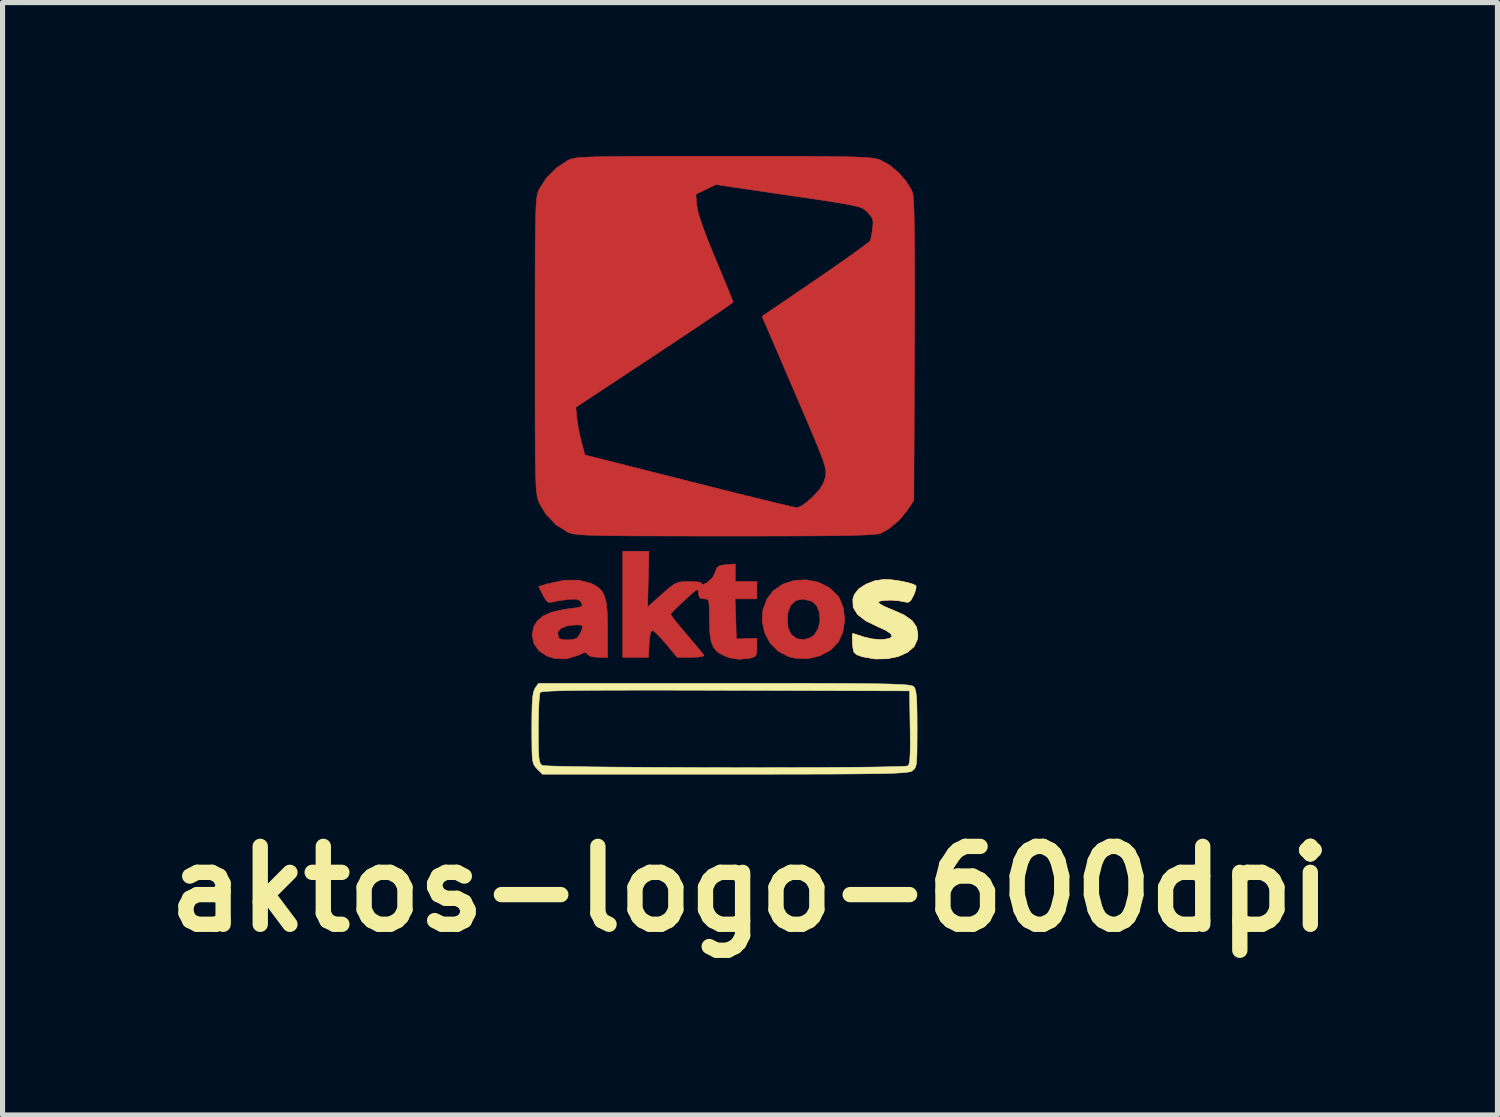
<source format=kicad_pcb>
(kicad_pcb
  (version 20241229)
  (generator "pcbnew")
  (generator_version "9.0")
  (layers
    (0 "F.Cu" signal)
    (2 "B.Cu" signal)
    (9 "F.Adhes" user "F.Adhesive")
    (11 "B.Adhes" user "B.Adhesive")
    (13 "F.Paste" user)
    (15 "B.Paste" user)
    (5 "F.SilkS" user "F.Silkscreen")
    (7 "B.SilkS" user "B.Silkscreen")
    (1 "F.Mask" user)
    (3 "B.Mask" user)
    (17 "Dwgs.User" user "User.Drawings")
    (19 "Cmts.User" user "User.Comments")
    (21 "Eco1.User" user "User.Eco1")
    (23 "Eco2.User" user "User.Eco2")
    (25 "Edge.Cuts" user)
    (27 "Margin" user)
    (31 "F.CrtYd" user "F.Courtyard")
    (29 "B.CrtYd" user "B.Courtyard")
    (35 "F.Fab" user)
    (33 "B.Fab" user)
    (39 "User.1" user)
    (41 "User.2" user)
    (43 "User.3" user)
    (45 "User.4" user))
  (footprint "aktos-logo-600dpi"
    (layer "F.Cu")
    (at 11.319 4.338)
    (property "Reference" "aktos-logo-600dpi" (at 0.3 10 0) (layer "F.SilkS") (effects (font (size 1.524 1.524) (thickness 0.3))))
    (attr through_hole)
    (fp_poly (pts (xy 1.636 3.999) (xy 1.847 4.103) (xy 2.015 4.262) (xy 2.049 4.313) (xy 2.128 4.511) (xy 2.15 4.74) (xy 2.118 4.968) (xy 2.034 5.161) (xy 1.878 5.325) (xy 1.669 5.438) (xy 1.431 5.494) (xy 1.181 5.486) (xy 1.057 5.456) (xy 0.849 5.348) (xy 0.69 5.186) (xy 0.585 4.986) (xy 0.546 4.805) (xy 1.032 4.805) (xy 1.044 4.888) (xy 1.106 5.022) (xy 1.215 5.103) (xy 1.349 5.124) (xy 1.488 5.08) (xy 1.559 5.025) (xy 1.636 4.9) (xy 1.668 4.746) (xy 1.656 4.589) (xy 1.601 4.456) (xy 1.509 4.372) (xy 1.338 4.328) (xy 1.198 4.357) (xy 1.095 4.451) (xy 1.038 4.603) (xy 1.032 4.805) (xy 0.546 4.805) (xy 0.537 4.764) (xy 0.552 4.538) (xy 0.632 4.325) (xy 0.748 4.172) (xy 0.939 4.037) (xy 1.164 3.964) (xy 1.402 3.952) (xy 1.636 3.999)) (stroke (width 0.01) (type solid)) (fill yes) (layer "F.Cu"))
    (fp_poly (pts (xy 3.071 3.952) (xy 3.228 3.975) (xy 3.377 4.005) (xy 3.492 4.039) (xy 3.547 4.071) (xy 3.544 4.129) (xy 3.511 4.228) (xy 3.496 4.261) (xy 3.442 4.358) (xy 3.39 4.393) (xy 3.317 4.382) (xy 3.315 4.382) (xy 3.196 4.359) (xy 3.058 4.349) (xy 2.929 4.353) (xy 2.837 4.369) (xy 2.809 4.388) (xy 2.836 4.422) (xy 2.925 4.473) (xy 3.058 4.529) (xy 3.077 4.536) (xy 3.313 4.64) (xy 3.471 4.752) (xy 3.559 4.88) (xy 3.583 5.033) (xy 3.574 5.117) (xy 3.51 5.257) (xy 3.38 5.37) (xy 3.199 5.452) (xy 2.982 5.496) (xy 2.746 5.5) (xy 2.506 5.458) (xy 2.488 5.453) (xy 2.385 5.416) (xy 2.334 5.37) (xy 2.313 5.286) (xy 2.306 5.202) (xy 2.301 5.085) (xy 2.304 5.013) (xy 2.309 5.002) (xy 2.355 5.014) (xy 2.454 5.046) (xy 2.519 5.068) (xy 2.682 5.107) (xy 2.852 5.122) (xy 2.897 5.121) (xy 3.029 5.099) (xy 3.08 5.058) (xy 3.05 5.002) (xy 2.942 4.932) (xy 2.813 4.875) (xy 2.567 4.756) (xy 2.402 4.629) (xy 2.318 4.49) (xy 2.311 4.335) (xy 2.339 4.242) (xy 2.424 4.132) (xy 2.568 4.037) (xy 2.744 3.97) (xy 2.927 3.944) (xy 2.93 3.944) (xy 3.071 3.952)) (stroke (width 0.01) (type solid)) (fill yes) (layer "F.Cu"))
    (fp_poly (pts (xy -2.809 4.021) (xy -2.692 4.083) (xy -2.606 4.159) (xy -2.548 4.262) (xy -2.511 4.405) (xy -2.492 4.603) (xy -2.486 4.869) (xy -2.486 4.937) (xy -2.486 5.468) (xy -2.672 5.468) (xy -2.813 5.453) (xy -2.88 5.411) (xy -2.881 5.407) (xy -2.908 5.375) (xy -2.965 5.383) (xy -3.064 5.429) (xy -3.292 5.499) (xy -3.532 5.488) (xy -3.673 5.443) (xy -3.83 5.339) (xy -3.929 5.195) (xy -3.963 5.028) (xy -3.956 4.994) (xy -3.46 4.994) (xy -3.446 5.075) (xy -3.431 5.101) (xy -3.367 5.122) (xy -3.26 5.127) (xy -3.152 5.116) (xy -3.092 5.096) (xy -3.041 5.035) (xy -2.998 4.948) (xy -2.974 4.87) (xy -2.997 4.839) (xy -3.084 4.833) (xy -3.098 4.833) (xy -3.268 4.85) (xy -3.392 4.897) (xy -3.455 4.967) (xy -3.46 4.994) (xy -3.956 4.994) (xy -3.928 4.861) (xy -3.864 4.759) (xy -3.75 4.66) (xy -3.588 4.587) (xy -3.364 4.535) (xy -3.197 4.511) (xy -3.062 4.493) (xy -2.996 4.473) (xy -2.982 4.442) (xy -3 4.399) (xy -3.039 4.35) (xy -3.102 4.33) (xy -3.216 4.333) (xy -3.263 4.337) (xy -3.408 4.356) (xy -3.532 4.378) (xy -3.573 4.389) (xy -3.638 4.394) (xy -3.691 4.352) (xy -3.751 4.25) (xy -3.836 4.083) (xy -3.659 4.029) (xy -3.333 3.96) (xy -3.045 3.959) (xy -2.809 4.021)) (stroke (width 0.01) (type solid)) (fill yes) (layer "F.Cu"))
    (fp_poly (pts (xy -1.69 3.938) (xy -1.703 4.482) (xy -1.424 4.234) (xy -1.289 4.115) (xy -1.192 4.042) (xy -1.11 4.004) (xy -1.019 3.989) (xy -0.895 3.986) (xy -0.882 3.986) (xy -0.726 3.992) (xy -0.651 4.011) (xy -0.647 4.032) (xy -0.634 4.046) (xy -0.568 4.022) (xy -0.55 4.013) (xy -0.431 3.906) (xy -0.385 3.809) (xy -0.351 3.718) (xy -0.296 3.675) (xy -0.19 3.657) (xy -0.167 3.655) (xy 0.012 3.642) (xy 0.012 3.986) (xy 0.435 3.986) (xy 0.435 4.325) (xy 0.008 4.325) (xy 0.021 4.716) (xy 0.033 5.108) (xy 0.435 5.094) (xy 0.435 5.276) (xy 0.43 5.391) (xy 0.402 5.449) (xy 0.336 5.477) (xy 0.303 5.484) (xy 0.091 5.507) (xy -0.093 5.48) (xy -0.226 5.429) (xy -0.337 5.364) (xy -0.414 5.276) (xy -0.463 5.15) (xy -0.488 4.973) (xy -0.496 4.727) (xy -0.496 4.699) (xy -0.497 4.521) (xy -0.503 4.41) (xy -0.518 4.352) (xy -0.548 4.329) (xy -0.596 4.325) (xy -0.602 4.325) (xy -0.681 4.309) (xy -0.707 4.244) (xy -0.708 4.212) (xy -0.711 4.161) (xy -0.73 4.145) (xy -0.775 4.169) (xy -0.859 4.24) (xy -0.978 4.349) (xy -1.1 4.465) (xy -1.195 4.558) (xy -1.247 4.615) (xy -1.253 4.624) (xy -1.229 4.664) (xy -1.161 4.754) (xy -1.058 4.88) (xy -0.942 5.017) (xy -0.815 5.167) (xy -0.707 5.296) (xy -0.631 5.387) (xy -0.601 5.427) (xy -0.625 5.449) (xy -0.722 5.464) (xy -0.85 5.468) (xy -1.124 5.468) (xy -1.345 5.203) (xy -1.453 5.08) (xy -1.545 4.988) (xy -1.605 4.941) (xy -1.613 4.939) (xy -1.642 4.978) (xy -1.664 5.087) (xy -1.673 5.203) (xy -1.686 5.468) (xy -2.19 5.468) (xy -2.19 3.393) (xy -1.677 3.393) (xy -1.69 3.938)) (stroke (width 0.01) (type solid)) (fill yes) (layer "F.Cu"))
    (fp_poly (pts (xy 0.346 -4.332) (xy 0.835 -4.332) (xy 1.251 -4.331) (xy 1.602 -4.329) (xy 1.894 -4.327) (xy 2.132 -4.323) (xy 2.324 -4.319) (xy 2.475 -4.313) (xy 2.593 -4.306) (xy 2.682 -4.297) (xy 2.751 -4.286) (xy 2.804 -4.274) (xy 2.848 -4.259) (xy 2.855 -4.256) (xy 3.028 -4.16) (xy 3.202 -4.014) (xy 3.353 -3.843) (xy 3.458 -3.671) (xy 3.482 -3.608) (xy 3.492 -3.542) (xy 3.501 -3.419) (xy 3.508 -3.235) (xy 3.513 -2.987) (xy 3.517 -2.672) (xy 3.519 -2.286) (xy 3.52 -1.827) (xy 3.52 -1.29) (xy 3.518 -0.672) (xy 3.517 -0.522) (xy 3.504 2.398) (xy 3.392 2.571) (xy 3.221 2.782) (xy 3.019 2.952) (xy 2.86 3.04) (xy 2.818 3.051) (xy 2.747 3.061) (xy 2.643 3.07) (xy 2.499 3.077) (xy 2.309 3.083) (xy 2.069 3.087) (xy 1.773 3.091) (xy 1.415 3.093) (xy 0.99 3.095) (xy 0.492 3.096) (xy -0.084 3.096) (xy -0.188 3.096) (xy -0.758 3.096) (xy -1.249 3.095) (xy -1.667 3.094) (xy -2.02 3.093) (xy -2.313 3.09) (xy -2.553 3.087) (xy -2.745 3.082) (xy -2.897 3.077) (xy -3.013 3.07) (xy -3.101 3.061) (xy -3.167 3.051) (xy -3.216 3.038) (xy -3.256 3.024) (xy -3.27 3.018) (xy -3.496 2.874) (xy -3.691 2.669) (xy -3.816 2.462) (xy -3.833 2.423) (xy -3.848 2.382) (xy -3.86 2.333) (xy -3.871 2.268) (xy -3.88 2.183) (xy -3.887 2.07) (xy -3.892 1.923) (xy -3.897 1.736) (xy -3.9 1.504) (xy -3.902 1.218) (xy -3.903 0.873) (xy -3.904 0.578) (xy -3.107 0.578) (xy -3.086 0.79) (xy -3.063 0.954) (xy -3.025 1.146) (xy -2.998 1.256) (xy -2.93 1.51) (xy -0.898 2.024) (xy -0.495 2.126) (xy -0.116 2.221) (xy 0.233 2.308) (xy 0.542 2.384) (xy 0.802 2.447) (xy 1.007 2.496) (xy 1.147 2.528) (xy 1.215 2.542) (xy 1.218 2.542) (xy 1.29 2.515) (xy 1.397 2.443) (xy 1.516 2.34) (xy 1.518 2.338) (xy 1.654 2.192) (xy 1.735 2.065) (xy 1.772 1.948) (xy 1.781 1.898) (xy 1.784 1.847) (xy 1.777 1.787) (xy 1.758 1.708) (xy 1.724 1.604) (xy 1.672 1.465) (xy 1.599 1.284) (xy 1.502 1.052) (xy 1.379 0.761) (xy 1.225 0.403) (xy 1.173 0.282) (xy 0.535 -1.201) (xy 1.584 -1.916) (xy 1.848 -2.097) (xy 2.089 -2.265) (xy 2.299 -2.413) (xy 2.467 -2.535) (xy 2.586 -2.625) (xy 2.646 -2.675) (xy 2.652 -2.682) (xy 2.67 -2.754) (xy 2.691 -2.872) (xy 2.698 -2.92) (xy 2.708 -3.046) (xy 2.684 -3.133) (xy 2.612 -3.223) (xy 2.604 -3.232) (xy 2.569 -3.266) (xy 2.532 -3.295) (xy 2.484 -3.321) (xy 2.415 -3.345) (xy 2.316 -3.369) (xy 2.179 -3.396) (xy 1.995 -3.427) (xy 1.753 -3.465) (xy 1.447 -3.511) (xy 1.065 -3.567) (xy 1.056 -3.568) (xy -0.37 -3.778) (xy -0.565 -3.683) (xy -0.76 -3.588) (xy -0.741 -3.367) (xy -0.712 -3.223) (xy -0.643 -3.007) (xy -0.536 -2.718) (xy -0.389 -2.356) (xy -0.376 -2.325) (xy -0.273 -2.08) (xy -0.183 -1.861) (xy -0.109 -1.681) (xy -0.058 -1.552) (xy -0.033 -1.485) (xy -0.031 -1.479) (xy -0.065 -1.451) (xy -0.163 -1.382) (xy -0.317 -1.275) (xy -0.521 -1.137) (xy -0.766 -0.972) (xy -1.046 -0.785) (xy -1.354 -0.58) (xy -1.569 -0.438) (xy -3.107 0.578) (xy -3.904 0.578) (xy -3.904 0.464) (xy -3.904 -0.017) (xy -3.904 -0.576) (xy -3.904 -0.628) (xy -3.904 -1.195) (xy -3.904 -1.683) (xy -3.903 -2.099) (xy -3.902 -2.449) (xy -3.899 -2.74) (xy -3.896 -2.977) (xy -3.892 -3.167) (xy -3.887 -3.316) (xy -3.88 -3.431) (xy -3.871 -3.517) (xy -3.861 -3.581) (xy -3.849 -3.629) (xy -3.834 -3.668) (xy -3.821 -3.696) (xy -3.678 -3.911) (xy -3.483 -4.106) (xy -3.268 -4.249) (xy -3.268 -4.249) (xy -3.232 -4.266) (xy -3.192 -4.28) (xy -3.141 -4.292) (xy -3.073 -4.302) (xy -2.982 -4.31) (xy -2.861 -4.316) (xy -2.704 -4.322) (xy -2.505 -4.326) (xy -2.257 -4.328) (xy -1.954 -4.33) (xy -1.591 -4.332) (xy -1.16 -4.332) (xy -0.655 -4.332) (xy -0.221 -4.332) (xy 0.346 -4.332)) (stroke (width 0.01) (type solid)) (fill yes) (layer "F.Cu"))
    (fp_poly (pts (xy 3.071 3.952) (xy 3.228 3.975) (xy 3.377 4.005) (xy 3.492 4.039) (xy 3.547 4.071) (xy 3.544 4.129) (xy 3.511 4.228) (xy 3.496 4.261) (xy 3.442 4.358) (xy 3.39 4.393) (xy 3.317 4.382) (xy 3.315 4.382) (xy 3.196 4.359) (xy 3.058 4.349) (xy 2.929 4.353) (xy 2.837 4.369) (xy 2.809 4.388) (xy 2.836 4.422) (xy 2.925 4.473) (xy 3.058 4.529) (xy 3.077 4.536) (xy 3.313 4.64) (xy 3.471 4.752) (xy 3.559 4.88) (xy 3.583 5.033) (xy 3.574 5.117) (xy 3.51 5.257) (xy 3.38 5.37) (xy 3.199 5.452) (xy 2.982 5.496) (xy 2.746 5.5) (xy 2.506 5.458) (xy 2.488 5.453) (xy 2.385 5.416) (xy 2.334 5.37) (xy 2.313 5.286) (xy 2.306 5.202) (xy 2.301 5.085) (xy 2.304 5.013) (xy 2.309 5.002) (xy 2.355 5.014) (xy 2.454 5.046) (xy 2.519 5.068) (xy 2.682 5.107) (xy 2.852 5.122) (xy 2.897 5.121) (xy 3.029 5.099) (xy 3.08 5.058) (xy 3.05 5.002) (xy 2.942 4.932) (xy 2.813 4.875) (xy 2.567 4.756) (xy 2.402 4.629) (xy 2.318 4.49) (xy 2.311 4.335) (xy 2.339 4.242) (xy 2.424 4.132) (xy 2.568 4.037) (xy 2.744 3.97) (xy 2.927 3.944) (xy 2.93 3.944) (xy 3.071 3.952)) (stroke (width 0.01) (type solid)) (fill yes) (layer "F.SilkS"))
    (fp_poly (pts (xy 0.443 5.976) (xy 1.007 5.976) (xy 1.498 5.977) (xy 1.919 5.978) (xy 2.276 5.98) (xy 2.576 5.983) (xy 2.822 5.986) (xy 3.02 5.99) (xy 3.176 5.996) (xy 3.294 6.002) (xy 3.38 6.009) (xy 3.439 6.018) (xy 3.477 6.028) (xy 3.498 6.039) (xy 3.501 6.042) (xy 3.526 6.079) (xy 3.543 6.142) (xy 3.556 6.242) (xy 3.563 6.393) (xy 3.567 6.604) (xy 3.568 6.865) (xy 3.567 7.136) (xy 3.565 7.334) (xy 3.56 7.473) (xy 3.55 7.565) (xy 3.533 7.622) (xy 3.51 7.658) (xy 3.477 7.685) (xy 3.474 7.688) (xy 3.45 7.7) (xy 3.41 7.71) (xy 3.349 7.719) (xy 3.262 7.726) (xy 3.144 7.733) (xy 2.988 7.738) (xy 2.79 7.743) (xy 2.545 7.746) (xy 2.246 7.749) (xy 1.889 7.751) (xy 1.469 7.752) (xy 0.98 7.753) (xy 0.416 7.754) (xy -0.19 7.754) (xy -3.76 7.754) (xy -3.864 7.65) (xy -3.902 7.608) (xy -3.93 7.564) (xy -3.948 7.503) (xy -3.96 7.41) (xy -3.965 7.273) (xy -3.967 7.077) (xy -3.968 6.873) (xy -3.84 6.873) (xy -3.839 7.127) (xy -3.836 7.31) (xy -3.828 7.433) (xy -3.815 7.511) (xy -3.795 7.556) (xy -3.767 7.581) (xy -3.767 7.581) (xy -3.713 7.588) (xy -3.583 7.594) (xy -3.384 7.6) (xy -3.123 7.605) (xy -2.808 7.61) (xy -2.447 7.614) (xy -2.047 7.617) (xy -1.616 7.62) (xy -1.162 7.622) (xy -0.692 7.624) (xy -0.214 7.625) (xy 0.265 7.626) (xy 0.736 7.625) (xy 1.192 7.624) (xy 1.626 7.623) (xy 2.029 7.62) (xy 2.395 7.618) (xy 2.715 7.614) (xy 2.982 7.609) (xy 3.188 7.604) (xy 3.325 7.599) (xy 3.387 7.592) (xy 3.389 7.591) (xy 3.41 7.556) (xy 3.424 7.476) (xy 3.432 7.341) (xy 3.434 7.142) (xy 3.432 6.869) (xy 3.431 6.84) (xy 3.42 6.124) (xy -0.176 6.113) (xy -0.836 6.111) (xy -1.416 6.11) (xy -1.92 6.11) (xy -2.353 6.111) (xy -2.72 6.112) (xy -3.024 6.115) (xy -3.271 6.118) (xy -3.465 6.123) (xy -3.611 6.129) (xy -3.713 6.136) (xy -3.776 6.144) (xy -3.804 6.153) (xy -3.806 6.155) (xy -3.817 6.214) (xy -3.827 6.342) (xy -3.835 6.523) (xy -3.839 6.74) (xy -3.84 6.873) (xy -3.968 6.873) (xy -3.968 6.855) (xy -3.966 6.583) (xy -3.961 6.383) (xy -3.951 6.242) (xy -3.935 6.147) (xy -3.912 6.086) (xy -3.902 6.07) (xy -3.836 5.976) (xy -0.201 5.976) (xy 0.443 5.976)) (stroke (width 0.01) (type solid)) (fill yes) (layer "F.SilkS")))
  (gr_rect
    (start -3 -3)
    (end 26.237 18.756)
    (stroke (width 0.1) (type default))
    (fill no)
    (layer "Edge.Cuts")))
</source>
